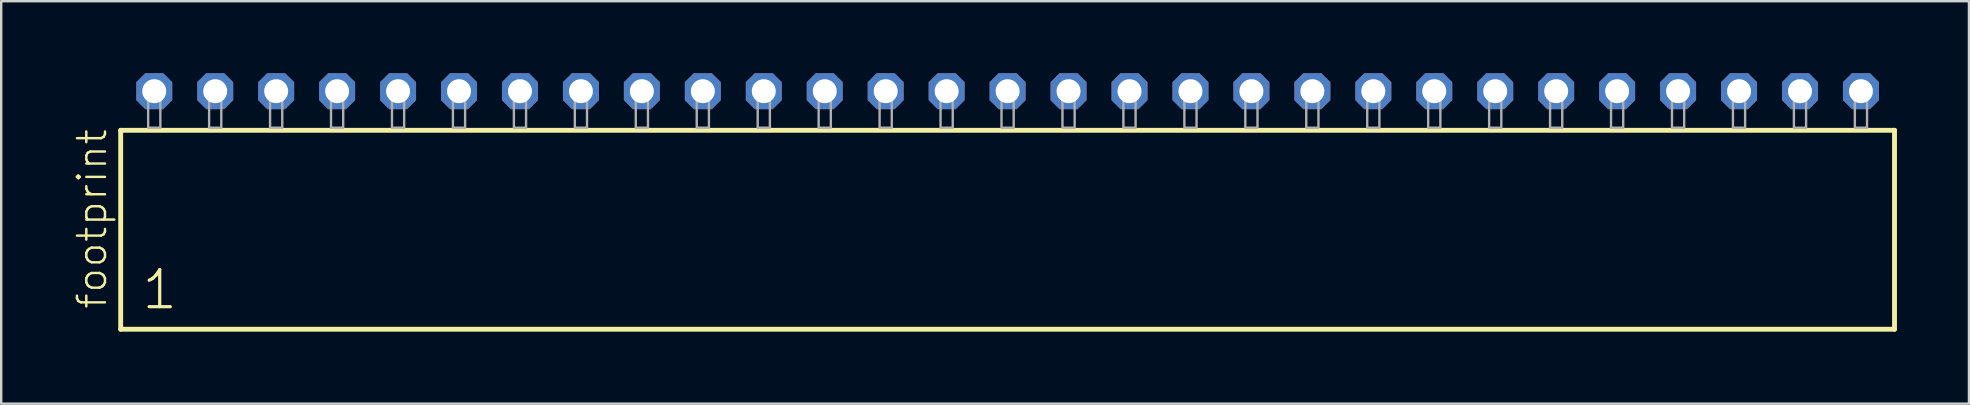
<source format=kicad_pcb>
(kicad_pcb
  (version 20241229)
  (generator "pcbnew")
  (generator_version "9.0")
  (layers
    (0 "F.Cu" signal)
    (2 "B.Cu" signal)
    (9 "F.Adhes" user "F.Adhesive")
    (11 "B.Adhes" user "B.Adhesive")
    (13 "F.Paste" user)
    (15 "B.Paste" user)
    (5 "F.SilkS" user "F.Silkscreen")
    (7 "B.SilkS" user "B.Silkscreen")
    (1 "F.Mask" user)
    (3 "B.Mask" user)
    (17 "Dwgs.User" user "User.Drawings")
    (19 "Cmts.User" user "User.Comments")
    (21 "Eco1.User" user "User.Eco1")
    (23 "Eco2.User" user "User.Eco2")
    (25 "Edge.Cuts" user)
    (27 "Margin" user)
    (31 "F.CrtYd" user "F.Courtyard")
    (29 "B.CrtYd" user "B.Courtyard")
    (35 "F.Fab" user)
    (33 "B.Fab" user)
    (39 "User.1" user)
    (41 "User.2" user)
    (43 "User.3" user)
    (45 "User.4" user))
  (footprint "footprint"
    (layer "F.Cu")
    (at 38.938 2.274)
    (property "Reference" "footprint" (at -37.465 7.62 90) (layer "F.SilkS") (effects (font (size 1.168 1.168) (thickness 0.102)) (justify left bottom)))
    (fp_line (start -36.959 0.106) (end -36.959 8.396) (stroke (width 0.203) (type solid)) (layer "F.SilkS"))
    (fp_line (start -36.959 8.396) (end 36.959 8.396) (stroke (width 0.203) (type solid)) (layer "F.SilkS"))
    (fp_line (start 36.959 0.106) (end -36.959 0.106) (stroke (width 0.203) (type solid)) (layer "F.SilkS"))
    (fp_line (start 36.959 8.396) (end 36.959 0.106) (stroke (width 0.203) (type solid)) (layer "F.SilkS"))
    (fp_poly (pts (xy -35.814 0) (xy -35.306 0) (xy -35.306 -1.778) (xy -35.814 -1.778)) (stroke (width 0.1) (type solid)) (fill no) (layer "F.Fab"))
    (fp_poly (pts (xy -33.274 0) (xy -32.766 0) (xy -32.766 -1.778) (xy -33.274 -1.778)) (stroke (width 0.1) (type solid)) (fill no) (layer "F.Fab"))
    (fp_poly (pts (xy -30.734 0) (xy -30.226 0) (xy -30.226 -1.778) (xy -30.734 -1.778)) (stroke (width 0.1) (type solid)) (fill no) (layer "F.Fab"))
    (fp_poly (pts (xy -28.194 0) (xy -27.686 0) (xy -27.686 -1.778) (xy -28.194 -1.778)) (stroke (width 0.1) (type solid)) (fill no) (layer "F.Fab"))
    (fp_poly (pts (xy -25.654 0) (xy -25.146 0) (xy -25.146 -1.778) (xy -25.654 -1.778)) (stroke (width 0.1) (type solid)) (fill no) (layer "F.Fab"))
    (fp_poly (pts (xy -23.114 0) (xy -22.606 0) (xy -22.606 -1.778) (xy -23.114 -1.778)) (stroke (width 0.1) (type solid)) (fill no) (layer "F.Fab"))
    (fp_poly (pts (xy -20.574 0) (xy -20.066 0) (xy -20.066 -1.778) (xy -20.574 -1.778)) (stroke (width 0.1) (type solid)) (fill no) (layer "F.Fab"))
    (fp_poly (pts (xy -18.034 0) (xy -17.526 0) (xy -17.526 -1.778) (xy -18.034 -1.778)) (stroke (width 0.1) (type solid)) (fill no) (layer "F.Fab"))
    (fp_poly (pts (xy -15.494 0) (xy -14.986 0) (xy -14.986 -1.778) (xy -15.494 -1.778)) (stroke (width 0.1) (type solid)) (fill no) (layer "F.Fab"))
    (fp_poly (pts (xy -12.954 0) (xy -12.446 0) (xy -12.446 -1.778) (xy -12.954 -1.778)) (stroke (width 0.1) (type solid)) (fill no) (layer "F.Fab"))
    (fp_poly (pts (xy -10.414 0) (xy -9.906 0) (xy -9.906 -1.778) (xy -10.414 -1.778)) (stroke (width 0.1) (type solid)) (fill no) (layer "F.Fab"))
    (fp_poly (pts (xy -7.874 0) (xy -7.366 0) (xy -7.366 -1.778) (xy -7.874 -1.778)) (stroke (width 0.1) (type solid)) (fill no) (layer "F.Fab"))
    (fp_poly (pts (xy -5.334 0) (xy -4.826 0) (xy -4.826 -1.778) (xy -5.334 -1.778)) (stroke (width 0.1) (type solid)) (fill no) (layer "F.Fab"))
    (fp_poly (pts (xy -2.794 0) (xy -2.286 0) (xy -2.286 -1.778) (xy -2.794 -1.778)) (stroke (width 0.1) (type solid)) (fill no) (layer "F.Fab"))
    (fp_poly (pts (xy -0.254 0) (xy 0.254 0) (xy 0.254 -1.778) (xy -0.254 -1.778)) (stroke (width 0.1) (type solid)) (fill no) (layer "F.Fab"))
    (fp_poly (pts (xy 2.286 0) (xy 2.794 0) (xy 2.794 -1.778) (xy 2.286 -1.778)) (stroke (width 0.1) (type solid)) (fill no) (layer "F.Fab"))
    (fp_poly (pts (xy 4.826 0) (xy 5.334 0) (xy 5.334 -1.778) (xy 4.826 -1.778)) (stroke (width 0.1) (type solid)) (fill no) (layer "F.Fab"))
    (fp_poly (pts (xy 7.366 0) (xy 7.874 0) (xy 7.874 -1.778) (xy 7.366 -1.778)) (stroke (width 0.1) (type solid)) (fill no) (layer "F.Fab"))
    (fp_poly (pts (xy 9.906 0) (xy 10.414 0) (xy 10.414 -1.778) (xy 9.906 -1.778)) (stroke (width 0.1) (type solid)) (fill no) (layer "F.Fab"))
    (fp_poly (pts (xy 12.446 0) (xy 12.954 0) (xy 12.954 -1.778) (xy 12.446 -1.778)) (stroke (width 0.1) (type solid)) (fill no) (layer "F.Fab"))
    (fp_poly (pts (xy 14.986 0) (xy 15.494 0) (xy 15.494 -1.778) (xy 14.986 -1.778)) (stroke (width 0.1) (type solid)) (fill no) (layer "F.Fab"))
    (fp_poly (pts (xy 17.526 0) (xy 18.034 0) (xy 18.034 -1.778) (xy 17.526 -1.778)) (stroke (width 0.1) (type solid)) (fill no) (layer "F.Fab"))
    (fp_poly (pts (xy 20.066 0) (xy 20.574 0) (xy 20.574 -1.778) (xy 20.066 -1.778)) (stroke (width 0.1) (type solid)) (fill no) (layer "F.Fab"))
    (fp_poly (pts (xy 22.606 0) (xy 23.114 0) (xy 23.114 -1.778) (xy 22.606 -1.778)) (stroke (width 0.1) (type solid)) (fill no) (layer "F.Fab"))
    (fp_poly (pts (xy 25.146 0) (xy 25.654 0) (xy 25.654 -1.778) (xy 25.146 -1.778)) (stroke (width 0.1) (type solid)) (fill no) (layer "F.Fab"))
    (fp_poly (pts (xy 27.686 0) (xy 28.194 0) (xy 28.194 -1.778) (xy 27.686 -1.778)) (stroke (width 0.1) (type solid)) (fill no) (layer "F.Fab"))
    (fp_poly (pts (xy 30.226 0) (xy 30.734 0) (xy 30.734 -1.778) (xy 30.226 -1.778)) (stroke (width 0.1) (type solid)) (fill no) (layer "F.Fab"))
    (fp_poly (pts (xy 32.766 0) (xy 33.274 0) (xy 33.274 -1.778) (xy 32.766 -1.778)) (stroke (width 0.1) (type solid)) (fill no) (layer "F.Fab"))
    (fp_poly (pts (xy 35.306 0) (xy 35.814 0) (xy 35.814 -1.778) (xy 35.306 -1.778)) (stroke (width 0.1) (type solid)) (fill no) (layer "F.Fab"))
    (fp_text user "1" (at -36.155 7.65 0) (layer "F.SilkS") (effects (font (size 1.542 1.542) (thickness 0.134)) (justify left bottom)))
    (pad "1" thru_hole roundrect (at -35.56 -1.524) (size 1.5 1.5) (drill 1) (layers "*.Cu" "*.Mask") (roundrect_rratio 0.25) (chamfer_ratio 0.25) (chamfer top_left top_right bottom_left bottom_right))
    (pad "2" thru_hole roundrect (at -33.02 -1.524) (size 1.5 1.5) (drill 1) (layers "*.Cu" "*.Mask") (roundrect_rratio 0.25) (chamfer_ratio 0.25) (chamfer top_left top_right bottom_left bottom_right))
    (pad "3" thru_hole roundrect (at -30.48 -1.524) (size 1.5 1.5) (drill 1) (layers "*.Cu" "*.Mask") (roundrect_rratio 0.25) (chamfer_ratio 0.25) (chamfer top_left top_right bottom_left bottom_right))
    (pad "4" thru_hole roundrect (at -27.94 -1.524) (size 1.5 1.5) (drill 1) (layers "*.Cu" "*.Mask") (roundrect_rratio 0.25) (chamfer_ratio 0.25) (chamfer top_left top_right bottom_left bottom_right))
    (pad "5" thru_hole roundrect (at -25.4 -1.524) (size 1.5 1.5) (drill 1) (layers "*.Cu" "*.Mask") (roundrect_rratio 0.25) (chamfer_ratio 0.25) (chamfer top_left top_right bottom_left bottom_right))
    (pad "6" thru_hole roundrect (at -22.86 -1.524) (size 1.5 1.5) (drill 1) (layers "*.Cu" "*.Mask") (roundrect_rratio 0.25) (chamfer_ratio 0.25) (chamfer top_left top_right bottom_left bottom_right))
    (pad "7" thru_hole roundrect (at -20.32 -1.524) (size 1.5 1.5) (drill 1) (layers "*.Cu" "*.Mask") (roundrect_rratio 0.25) (chamfer_ratio 0.25) (chamfer top_left top_right bottom_left bottom_right))
    (pad "8" thru_hole roundrect (at -17.78 -1.524) (size 1.5 1.5) (drill 1) (layers "*.Cu" "*.Mask") (roundrect_rratio 0.25) (chamfer_ratio 0.25) (chamfer top_left top_right bottom_left bottom_right))
    (pad "9" thru_hole roundrect (at -15.24 -1.524) (size 1.5 1.5) (drill 1) (layers "*.Cu" "*.Mask") (roundrect_rratio 0.25) (chamfer_ratio 0.25) (chamfer top_left top_right bottom_left bottom_right))
    (pad "10" thru_hole roundrect (at -12.7 -1.524) (size 1.5 1.5) (drill 1) (layers "*.Cu" "*.Mask") (roundrect_rratio 0.25) (chamfer_ratio 0.25) (chamfer top_left top_right bottom_left bottom_right))
    (pad "11" thru_hole roundrect (at -10.16 -1.524) (size 1.5 1.5) (drill 1) (layers "*.Cu" "*.Mask") (roundrect_rratio 0.25) (chamfer_ratio 0.25) (chamfer top_left top_right bottom_left bottom_right))
    (pad "12" thru_hole roundrect (at -7.62 -1.524) (size 1.5 1.5) (drill 1) (layers "*.Cu" "*.Mask") (roundrect_rratio 0.25) (chamfer_ratio 0.25) (chamfer top_left top_right bottom_left bottom_right))
    (pad "13" thru_hole roundrect (at -5.08 -1.524) (size 1.5 1.5) (drill 1) (layers "*.Cu" "*.Mask") (roundrect_rratio 0.25) (chamfer_ratio 0.25) (chamfer top_left top_right bottom_left bottom_right))
    (pad "14" thru_hole roundrect (at -2.54 -1.524) (size 1.5 1.5) (drill 1) (layers "*.Cu" "*.Mask") (roundrect_rratio 0.25) (chamfer_ratio 0.25) (chamfer top_left top_right bottom_left bottom_right))
    (pad "15" thru_hole roundrect (at 0 -1.524) (size 1.5 1.5) (drill 1) (layers "*.Cu" "*.Mask") (roundrect_rratio 0.25) (chamfer_ratio 0.25) (chamfer top_left top_right bottom_left bottom_right))
    (pad "16" thru_hole roundrect (at 2.54 -1.524) (size 1.5 1.5) (drill 1) (layers "*.Cu" "*.Mask") (roundrect_rratio 0.25) (chamfer_ratio 0.25) (chamfer top_left top_right bottom_left bottom_right))
    (pad "17" thru_hole roundrect (at 5.08 -1.524) (size 1.5 1.5) (drill 1) (layers "*.Cu" "*.Mask") (roundrect_rratio 0.25) (chamfer_ratio 0.25) (chamfer top_left top_right bottom_left bottom_right))
    (pad "18" thru_hole roundrect (at 7.62 -1.524) (size 1.5 1.5) (drill 1) (layers "*.Cu" "*.Mask") (roundrect_rratio 0.25) (chamfer_ratio 0.25) (chamfer top_left top_right bottom_left bottom_right))
    (pad "19" thru_hole roundrect (at 10.16 -1.524) (size 1.5 1.5) (drill 1) (layers "*.Cu" "*.Mask") (roundrect_rratio 0.25) (chamfer_ratio 0.25) (chamfer top_left top_right bottom_left bottom_right))
    (pad "20" thru_hole roundrect (at 12.7 -1.524) (size 1.5 1.5) (drill 1) (layers "*.Cu" "*.Mask") (roundrect_rratio 0.25) (chamfer_ratio 0.25) (chamfer top_left top_right bottom_left bottom_right))
    (pad "21" thru_hole roundrect (at 15.24 -1.524) (size 1.5 1.5) (drill 1) (layers "*.Cu" "*.Mask") (roundrect_rratio 0.25) (chamfer_ratio 0.25) (chamfer top_left top_right bottom_left bottom_right))
    (pad "22" thru_hole roundrect (at 17.78 -1.524) (size 1.5 1.5) (drill 1) (layers "*.Cu" "*.Mask") (roundrect_rratio 0.25) (chamfer_ratio 0.25) (chamfer top_left top_right bottom_left bottom_right))
    (pad "23" thru_hole roundrect (at 20.32 -1.524) (size 1.5 1.5) (drill 1) (layers "*.Cu" "*.Mask") (roundrect_rratio 0.25) (chamfer_ratio 0.25) (chamfer top_left top_right bottom_left bottom_right))
    (pad "24" thru_hole roundrect (at 22.86 -1.524) (size 1.5 1.5) (drill 1) (layers "*.Cu" "*.Mask") (roundrect_rratio 0.25) (chamfer_ratio 0.25) (chamfer top_left top_right bottom_left bottom_right))
    (pad "25" thru_hole roundrect (at 25.4 -1.524) (size 1.5 1.5) (drill 1) (layers "*.Cu" "*.Mask") (roundrect_rratio 0.25) (chamfer_ratio 0.25) (chamfer top_left top_right bottom_left bottom_right))
    (pad "26" thru_hole roundrect (at 27.94 -1.524) (size 1.5 1.5) (drill 1) (layers "*.Cu" "*.Mask") (roundrect_rratio 0.25) (chamfer_ratio 0.25) (chamfer top_left top_right bottom_left bottom_right))
    (pad "27" thru_hole roundrect (at 30.48 -1.524) (size 1.5 1.5) (drill 1) (layers "*.Cu" "*.Mask") (roundrect_rratio 0.25) (chamfer_ratio 0.25) (chamfer top_left top_right bottom_left bottom_right))
    (pad "28" thru_hole roundrect (at 33.02 -1.524) (size 1.5 1.5) (drill 1) (layers "*.Cu" "*.Mask") (roundrect_rratio 0.25) (chamfer_ratio 0.25) (chamfer top_left top_right bottom_left bottom_right))
    (pad "29" thru_hole roundrect (at 35.56 -1.524) (size 1.5 1.5) (drill 1) (layers "*.Cu" "*.Mask") (roundrect_rratio 0.25) (chamfer_ratio 0.25) (chamfer top_left top_right bottom_left bottom_right)))
  (gr_rect
    (start -3 -3)
    (end 78.999 13.772)
    (stroke (width 0.1) (type default))
    (fill no)
    (layer "Edge.Cuts")))
</source>
